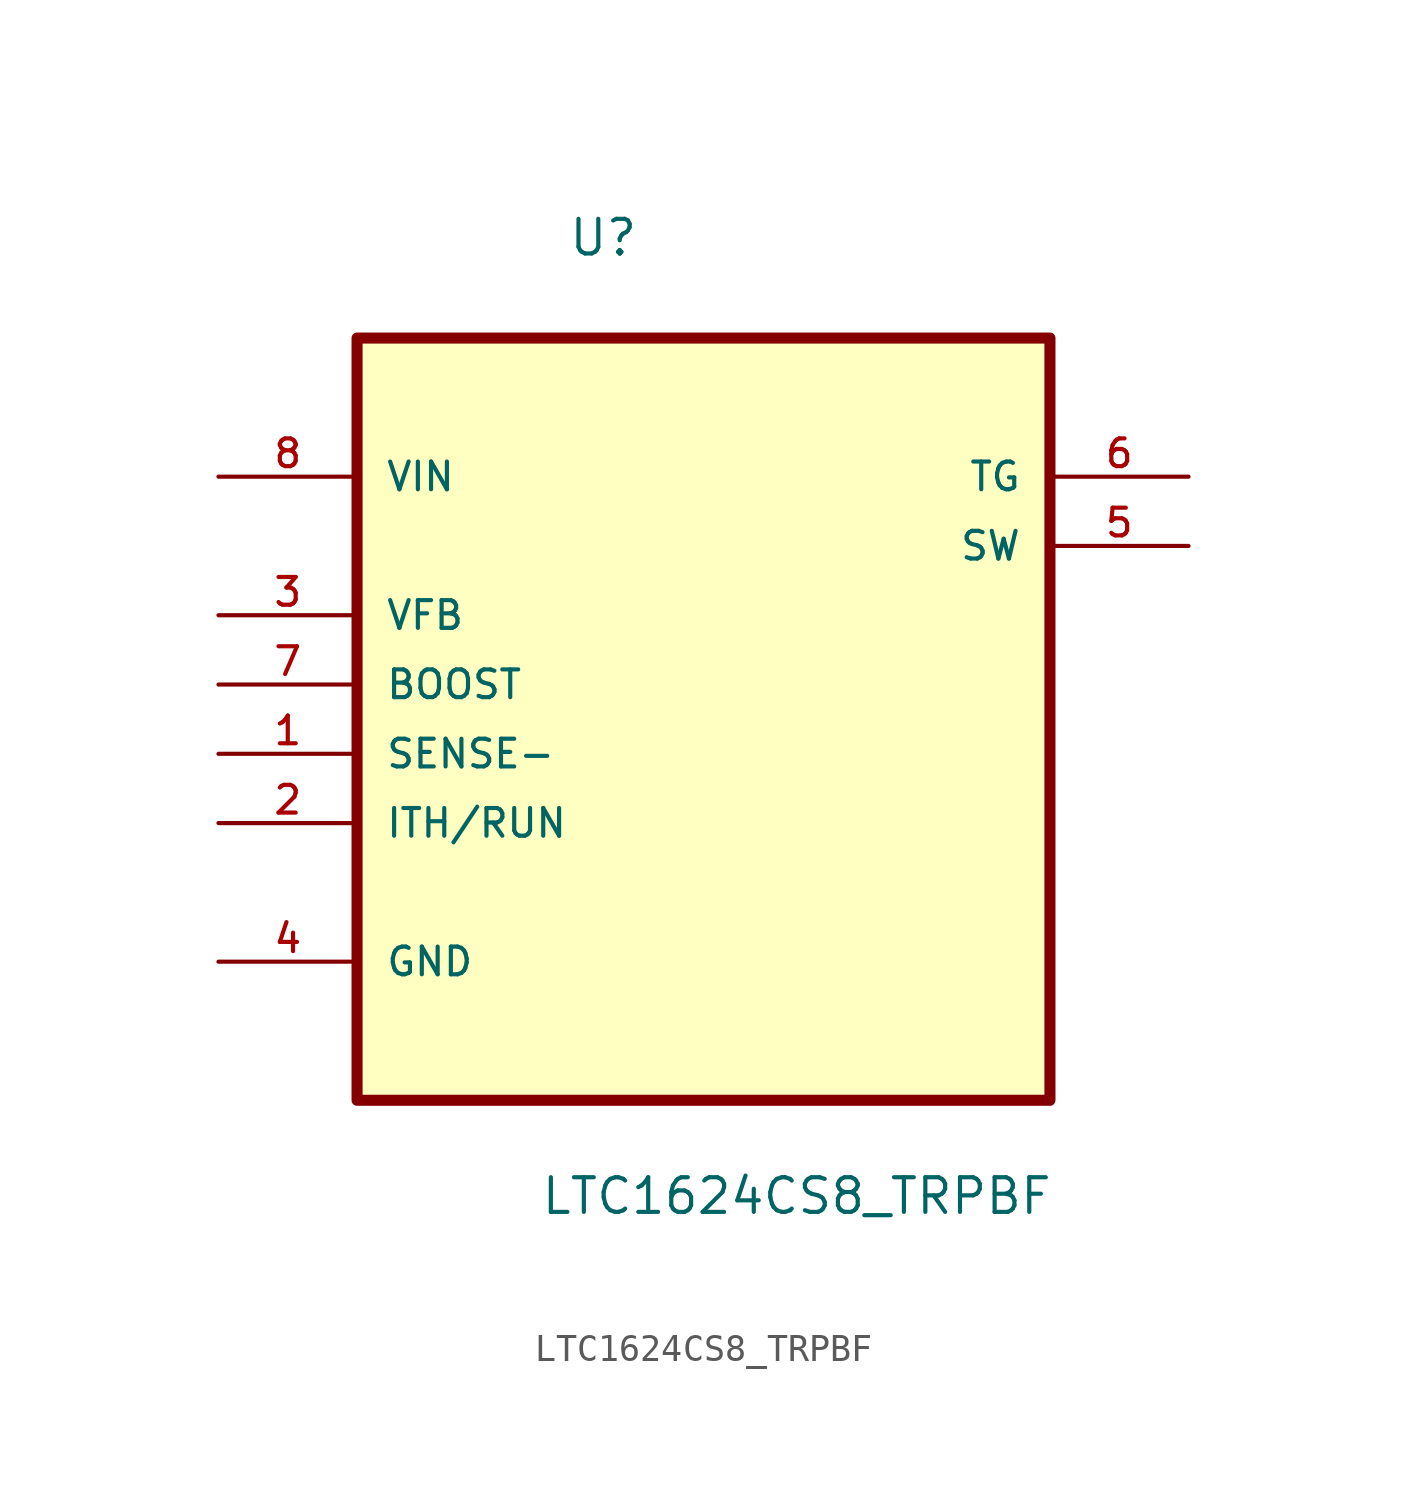
<source format=kicad_sym>
(kicad_symbol_lib
  (version 20211014)
  (generator kicad_symbol_editor)
  (symbol "LTC1624CS8_TRPBF"
    (pin_names
      (offset 1.016))
    (property "Reference" "U"
      (at -4.985 13.098 0.0)
      (effects (font (size 1.27 1.27)) (justify bottom left)))
    (property "Value" "LTC1624CS8_TRPBF"
      (at -5.998 -22.035 0.0)
      (effects (font (size 1.27 1.27)) (justify bottom left)))
    (symbol "LTC1624CS8_TRPBF_0_0"
      (rectangle (start -12.7 -17.78) (end 12.7 10.16) (stroke (width 0.406)) (fill (type background)))
      (pin power_in line (at -17.78 5.08 0) (length 5.08) (name "VIN" (effects (font (size 1.016 1.016)))) (number "8" (effects (font (size 1.016 1.016)))))
      (pin input line (at -17.78 0.0 0) (length 5.08) (name "VFB" (effects (font (size 1.016 1.016)))) (number "3" (effects (font (size 1.016 1.016)))))
      (pin power_in line (at -17.78 -2.54 0) (length 5.08) (name "BOOST" (effects (font (size 1.016 1.016)))) (number "7" (effects (font (size 1.016 1.016)))))
      (pin input line (at -17.78 -5.08 0) (length 5.08) (name "SENSE-" (effects (font (size 1.016 1.016)))) (number "1" (effects (font (size 1.016 1.016)))))
      (pin input line (at -17.78 -7.62 0) (length 5.08) (name "ITH/RUN" (effects (font (size 1.016 1.016)))) (number "2" (effects (font (size 1.016 1.016)))))
      (pin passive line (at -17.78 -12.7 0) (length 5.08) (name "GND" (effects (font (size 1.016 1.016)))) (number "4" (effects (font (size 1.016 1.016)))))
      (pin output line (at 17.78 5.08 180.0) (length 5.08) (name "TG" (effects (font (size 1.016 1.016)))) (number "6" (effects (font (size 1.016 1.016)))))
      (pin passive line (at 17.78 2.54 180.0) (length 5.08) (name "SW" (effects (font (size 1.016 1.016)))) (number "5" (effects (font (size 1.016 1.016))))))))
</source>
